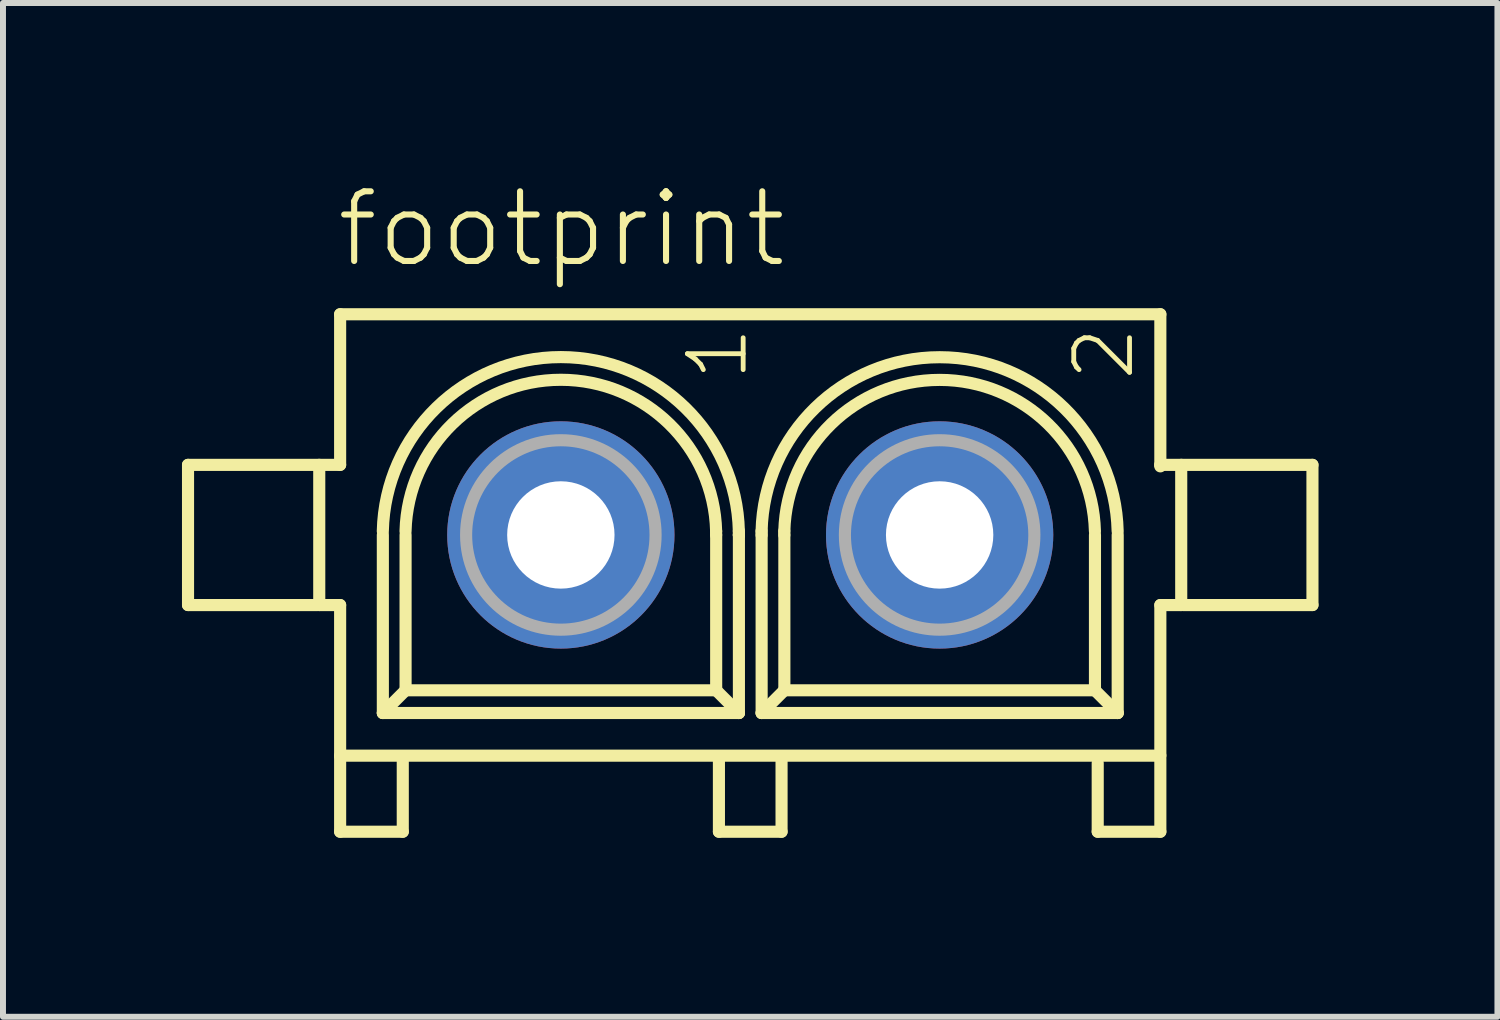
<source format=kicad_pcb>
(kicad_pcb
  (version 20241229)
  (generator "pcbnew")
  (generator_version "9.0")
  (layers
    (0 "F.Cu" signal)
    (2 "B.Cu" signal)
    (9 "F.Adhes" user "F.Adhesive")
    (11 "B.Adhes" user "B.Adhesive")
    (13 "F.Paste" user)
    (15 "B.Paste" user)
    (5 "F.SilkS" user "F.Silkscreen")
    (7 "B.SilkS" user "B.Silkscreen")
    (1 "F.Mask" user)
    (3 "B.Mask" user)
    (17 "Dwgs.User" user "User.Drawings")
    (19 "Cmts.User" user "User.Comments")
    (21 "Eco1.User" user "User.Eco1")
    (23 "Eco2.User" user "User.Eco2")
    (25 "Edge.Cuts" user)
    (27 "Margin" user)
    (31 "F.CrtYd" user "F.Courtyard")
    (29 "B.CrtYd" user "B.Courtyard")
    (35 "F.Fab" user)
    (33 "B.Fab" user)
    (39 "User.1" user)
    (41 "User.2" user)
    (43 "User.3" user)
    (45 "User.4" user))
  (footprint "footprint"
    (layer "F.Cu")
    (at 9.527 5.918)
    (property "Reference" "footprint" (at -6.985 -4.445 0) (layer "F.SilkS") (effects (font (size 1.168 1.168) (thickness 0.102)) (justify left bottom)))
    (fp_line (start -9.425 -1.175) (end -9.425 1.175) (stroke (width 0.203) (type solid)) (layer "F.SilkS"))
    (fp_line (start -9.425 1.175) (end -7.25 1.175) (stroke (width 0.203) (type solid)) (layer "F.SilkS"))
    (fp_line (start -7.25 -1.175) (end -9.425 -1.175) (stroke (width 0.203) (type solid)) (layer "F.SilkS"))
    (fp_line (start -7.225 -1.175) (end -6.875 -1.175) (stroke (width 0.203) (type solid)) (layer "F.SilkS"))
    (fp_line (start -7.225 1.175) (end -7.225 -1.175) (stroke (width 0.203) (type solid)) (layer "F.SilkS"))
    (fp_line (start -6.875 -3.7) (end 6.875 -3.7) (stroke (width 0.203) (type solid)) (layer "F.SilkS"))
    (fp_line (start -6.875 -1.175) (end -6.875 -3.7) (stroke (width 0.203) (type solid)) (layer "F.SilkS"))
    (fp_line (start -6.875 1.175) (end -7.225 1.175) (stroke (width 0.203) (type solid)) (layer "F.SilkS"))
    (fp_line (start -6.875 3.7) (end -6.875 1.175) (stroke (width 0.203) (type solid)) (layer "F.SilkS"))
    (fp_line (start -6.875 3.725) (end -6.875 4.975) (stroke (width 0.203) (type solid)) (layer "F.SilkS"))
    (fp_line (start -6.875 4.975) (end -5.825 4.975) (stroke (width 0.203) (type solid)) (layer "F.SilkS"))
    (fp_line (start -6.159 2.985) (end -6.159 0) (stroke (width 0.203) (type solid)) (layer "F.SilkS"))
    (fp_line (start -5.825 4.975) (end -5.825 3.8) (stroke (width 0.203) (type solid)) (layer "F.SilkS"))
    (fp_line (start -5.778 2.604) (end -6.159 2.985) (stroke (width 0.203) (type solid)) (layer "F.SilkS"))
    (fp_line (start -5.778 2.604) (end -5.778 0) (stroke (width 0.203) (type solid)) (layer "F.SilkS"))
    (fp_line (start -0.572 -0.064) (end -0.572 0) (stroke (width 0.203) (type solid)) (layer "F.SilkS"))
    (fp_line (start -0.571 0) (end -0.571 2.604) (stroke (width 0.203) (type solid)) (layer "F.SilkS"))
    (fp_line (start -0.571 2.604) (end -5.778 2.604) (stroke (width 0.203) (type solid)) (layer "F.SilkS"))
    (fp_line (start -0.571 2.604) (end -0.19 2.985) (stroke (width 0.203) (type solid)) (layer "F.SilkS"))
    (fp_line (start -0.525 4.975) (end -0.525 3.775) (stroke (width 0.203) (type solid)) (layer "F.SilkS"))
    (fp_line (start -0.191 -0.064) (end -0.191 0) (stroke (width 0.203) (type solid)) (layer "F.SilkS"))
    (fp_line (start -0.19 0) (end -0.191 0) (stroke (width 0.203) (type solid)) (layer "F.SilkS"))
    (fp_line (start -0.19 0) (end -0.19 2.985) (stroke (width 0.203) (type solid)) (layer "F.SilkS"))
    (fp_line (start -0.19 2.985) (end -6.159 2.985) (stroke (width 0.203) (type solid)) (layer "F.SilkS"))
    (fp_line (start 0.19 0) (end 0.19 -0.064) (stroke (width 0.203) (type solid)) (layer "F.SilkS"))
    (fp_line (start 0.191 2.985) (end 0.191 0) (stroke (width 0.203) (type solid)) (layer "F.SilkS"))
    (fp_line (start 0.525 3.775) (end 0.525 4.975) (stroke (width 0.203) (type solid)) (layer "F.SilkS"))
    (fp_line (start 0.525 4.975) (end -0.525 4.975) (stroke (width 0.203) (type solid)) (layer "F.SilkS"))
    (fp_line (start 0.571 0) (end 0.571 -0.064) (stroke (width 0.203) (type solid)) (layer "F.SilkS"))
    (fp_line (start 0.572 2.604) (end 0.191 2.985) (stroke (width 0.203) (type solid)) (layer "F.SilkS"))
    (fp_line (start 0.572 2.604) (end 0.572 0) (stroke (width 0.203) (type solid)) (layer "F.SilkS"))
    (fp_line (start 5.779 0) (end 5.779 2.604) (stroke (width 0.203) (type solid)) (layer "F.SilkS"))
    (fp_line (start 5.779 2.604) (end 0.572 2.604) (stroke (width 0.203) (type solid)) (layer "F.SilkS"))
    (fp_line (start 5.779 2.604) (end 6.16 2.985) (stroke (width 0.203) (type solid)) (layer "F.SilkS"))
    (fp_line (start 5.825 4.975) (end 5.825 3.825) (stroke (width 0.203) (type solid)) (layer "F.SilkS"))
    (fp_line (start 6.16 0) (end 6.16 2.985) (stroke (width 0.203) (type solid)) (layer "F.SilkS"))
    (fp_line (start 6.16 2.985) (end 0.191 2.985) (stroke (width 0.203) (type solid)) (layer "F.SilkS"))
    (fp_line (start 6.875 -3.7) (end 6.875 -1.175) (stroke (width 0.203) (type solid)) (layer "F.SilkS"))
    (fp_line (start 6.875 -1.175) (end 6.875 -1.15) (stroke (width 0.203) (type solid)) (layer "F.SilkS"))
    (fp_line (start 6.875 -1.175) (end 7.225 -1.175) (stroke (width 0.203) (type solid)) (layer "F.SilkS"))
    (fp_line (start 6.875 1.175) (end 6.875 3.7) (stroke (width 0.203) (type solid)) (layer "F.SilkS"))
    (fp_line (start 6.875 3.7) (end -6.875 3.7) (stroke (width 0.203) (type solid)) (layer "F.SilkS"))
    (fp_line (start 6.875 3.75) (end 6.875 4.975) (stroke (width 0.203) (type solid)) (layer "F.SilkS"))
    (fp_line (start 6.875 4.975) (end 5.825 4.975) (stroke (width 0.203) (type solid)) (layer "F.SilkS"))
    (fp_line (start 7.225 -1.175) (end 7.225 1.175) (stroke (width 0.203) (type solid)) (layer "F.SilkS"))
    (fp_line (start 7.225 1.175) (end 6.875 1.175) (stroke (width 0.203) (type solid)) (layer "F.SilkS"))
    (fp_line (start 7.25 -1.175) (end 9.425 -1.175) (stroke (width 0.203) (type solid)) (layer "F.SilkS"))
    (fp_line (start 9.425 -1.175) (end 9.425 1.175) (stroke (width 0.203) (type solid)) (layer "F.SilkS"))
    (fp_line (start 9.425 1.175) (end 7.25 1.175) (stroke (width 0.203) (type solid)) (layer "F.SilkS"))
    (fp_arc (start -6.1596 -0.0636) (mid -3.17515 -2.979945) (end -0.1907 -0.0636) (stroke (width 0.2032) (type solid)) (layer "F.SilkS"))
    (fp_arc (start -5.7786 -0.0636) (mid -3.17515 -2.601886) (end -0.5717 -0.0636) (stroke (width 0.2032) (type solid)) (layer "F.SilkS"))
    (fp_arc (start 0.1903 -0.0636) (mid 3.1748 -2.980093) (end 6.1593 -0.0636) (stroke (width 0.2032) (type solid)) (layer "F.SilkS"))
    (fp_arc (start 0.5713 -0.0636) (mid 3.174799 -2.600086) (end 5.7783 -0.063602) (stroke (width 0.2032) (type solid)) (layer "F.SilkS"))
    (fp_circle (center -3.175 0) (end -1.587 0) (stroke (width 0.203) (type solid)) (fill no) (layer "F.Fab"))
    (fp_circle (center 3.175 0) (end 4.763 0) (stroke (width 0.203) (type solid)) (fill no) (layer "F.Fab"))
    (fp_text user "1" (at 0 -2.54 90) (layer "F.SilkS") (effects (font (size 0.935 0.935) (thickness 0.081)) (justify left bottom)))
    (fp_text user "2" (at 6.477 -2.54 90) (layer "F.SilkS") (effects (font (size 0.935 0.935) (thickness 0.081)) (justify left bottom)))
    (pad "1" thru_hole circle (at -3.175 0) (size 3.81 3.81) (drill 1.8) (layers "*.Cu" "*.Mask"))
    (pad "2" thru_hole circle (at 3.175 0) (size 3.81 3.81) (drill 1.8) (layers "*.Cu" "*.Mask")))
  (gr_rect
    (start -3 -3)
    (end 22.053 13.995)
    (stroke (width 0.1) (type default))
    (fill no)
    (layer "Edge.Cuts")))
</source>
